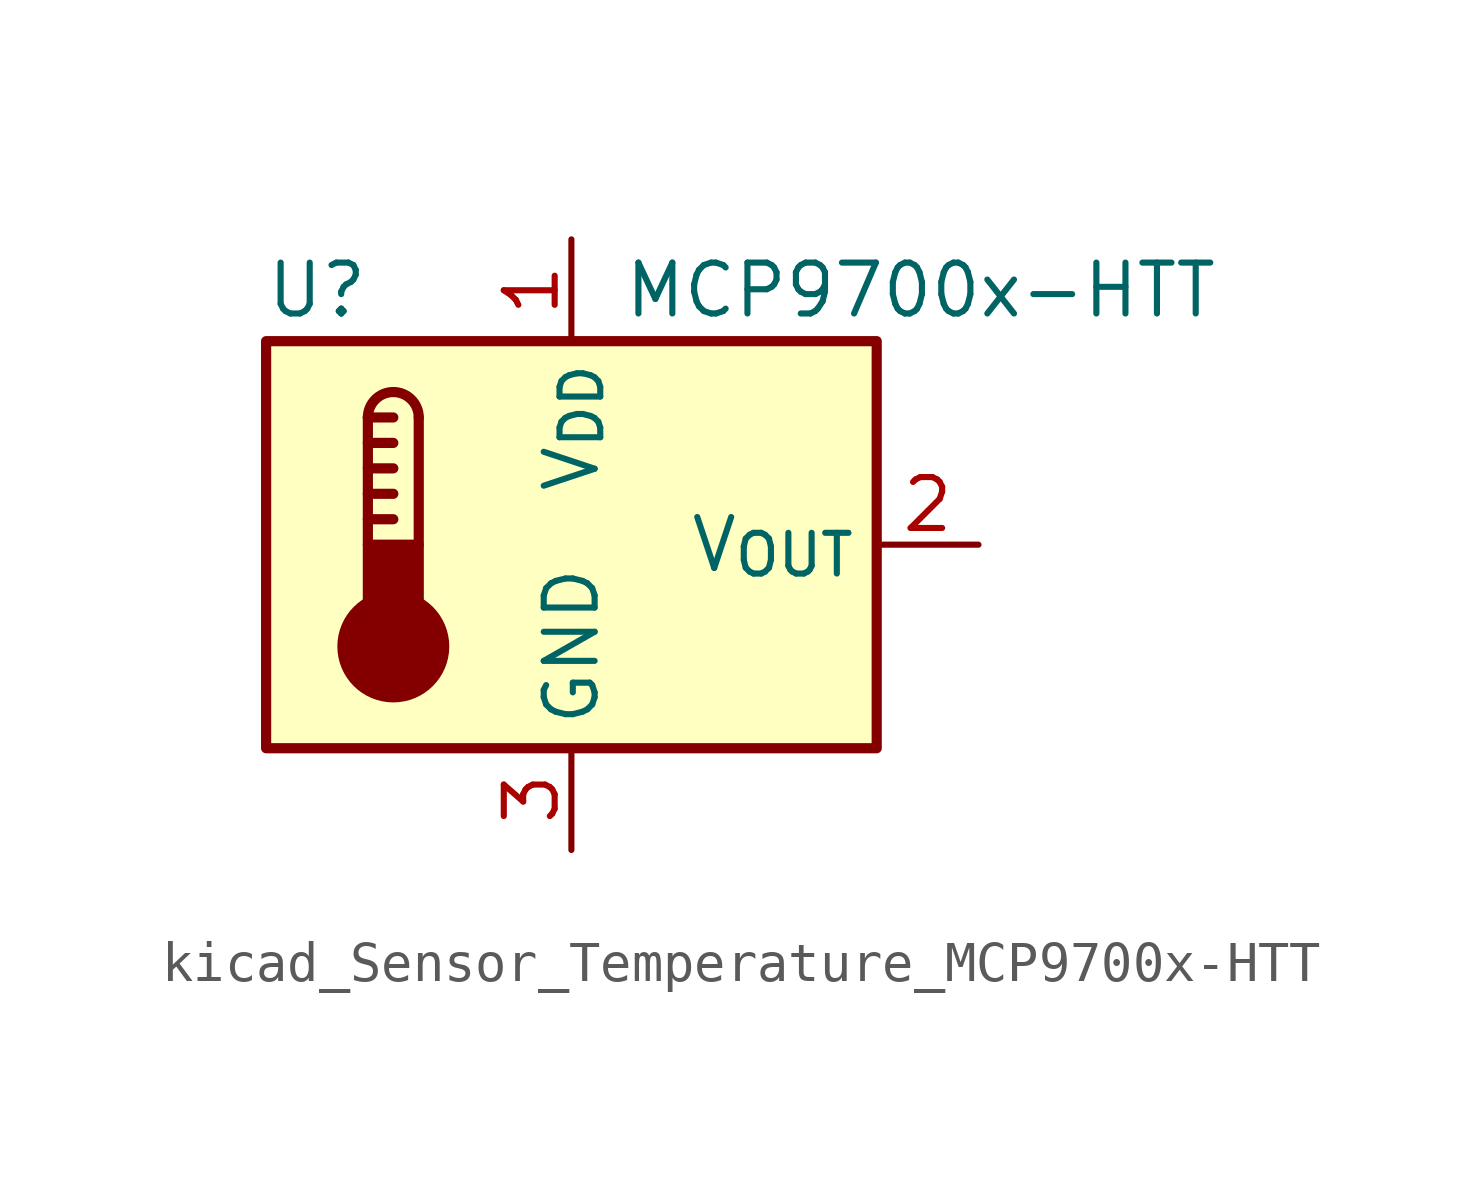
<source format=kicad_sym>
(kicad_symbol_lib
  (version 20220914)
  (generator kicad_symbol_editor)
  (symbol "kicad_Sensor_Temperature_MCP9700x-HTT"
    (property "Reference" "U"
      (at -6.35 6.35 0)
      (effects (font (size 1.27 1.27))))
    (property "Value" "MCP9700x-HTT"
      (at 1.27 6.35 0)
      (effects (font (size 1.27 1.27)) (justify left)))
    (symbol "kicad_Sensor_Temperature_MCP9700x-HTT_0_1"
      (rectangle (start -7.62 5.08) (end 7.62 -5.08) (stroke (width 0.254) (type default)) (fill (type background)))
      (circle (center -4.445 -2.54) (radius 1.27) (stroke (width 0.254) (type default)) (fill (type outline)))
      (rectangle (start -3.81 -1.905) (end -5.08 0) (stroke (width 0.254) (type default)) (fill (type outline)))
      (arc (start -3.81 3.175) (mid -4.445 3.8073) (end -5.08 3.175) (stroke (width 0.254) (type default)) (fill (type none)))
      (polyline (pts (xy -5.08 0.635) (xy -4.445 0.635)) (stroke (width 0.254) (type default)) (fill (type none)))
      (polyline (pts (xy -5.08 1.27) (xy -4.445 1.27)) (stroke (width 0.254) (type default)) (fill (type none)))
      (polyline (pts (xy -5.08 1.905) (xy -4.445 1.905)) (stroke (width 0.254) (type default)) (fill (type none)))
      (polyline (pts (xy -5.08 2.54) (xy -4.445 2.54)) (stroke (width 0.254) (type default)) (fill (type none)))
      (polyline (pts (xy -5.08 3.175) (xy -5.08 0)) (stroke (width 0.254) (type default)) (fill (type none)))
      (polyline (pts (xy -5.08 3.175) (xy -4.445 3.175)) (stroke (width 0.254) (type default)) (fill (type none)))
      (polyline (pts (xy -3.81 3.175) (xy -3.81 0)) (stroke (width 0.254) (type default)) (fill (type none))))
    (symbol "kicad_Sensor_Temperature_MCP9700x-HTT_1_1"
      (pin power_in line (at 0 7.62 270) (length 2.54) (name "V_{DD}" (effects (font (size 1.27 1.27)))) (number "1" (effects (font (size 1.27 1.27)))))
      (pin output line (at 10.16 0 180) (length 2.54) (name "V_{OUT}" (effects (font (size 1.27 1.27)))) (number "2" (effects (font (size 1.27 1.27)))))
      (pin power_in line (at 0 -7.62 90) (length 2.54) (name "GND" (effects (font (size 1.27 1.27)))) (number "3" (effects (font (size 1.27 1.27))))))))
</source>
